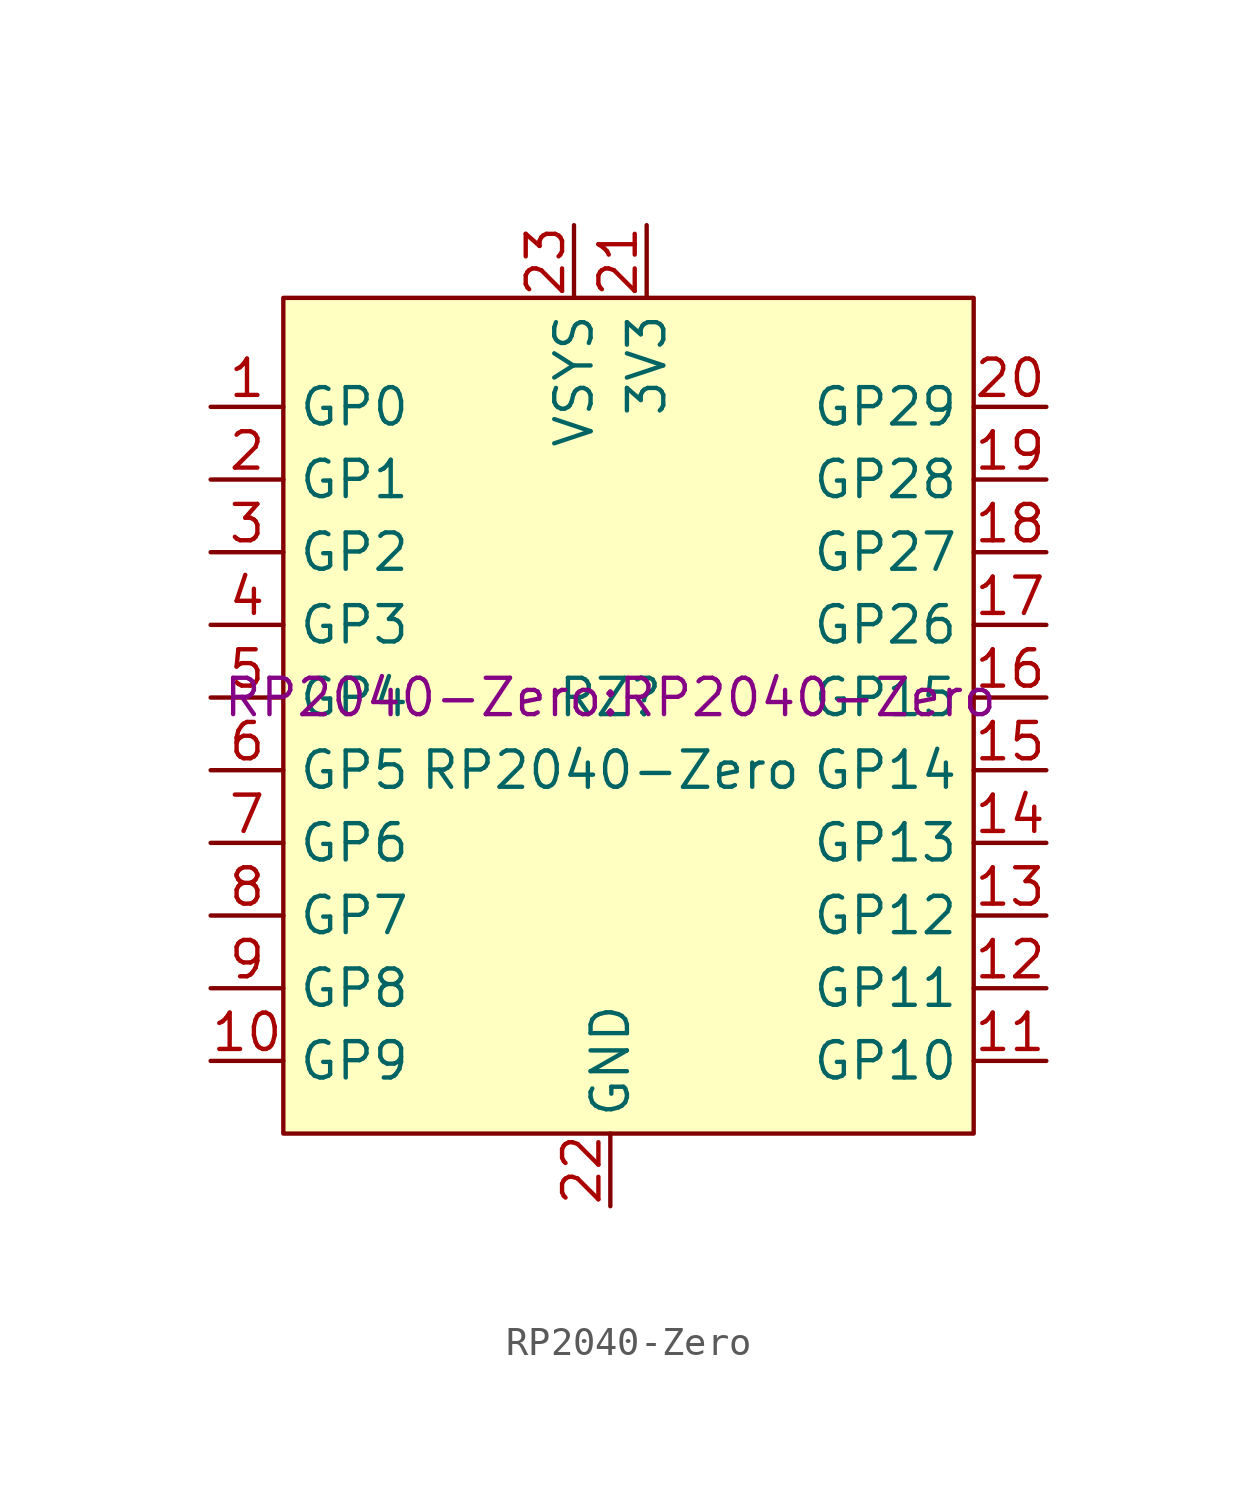
<source format=kicad_sym>
(kicad_symbol_lib
  (version 20220914)
  (generator kicad_symbol_editor)
  (symbol "RP2040-Zero"
    (property "Reference" "RZ"
      (at 0 0 0)
      (effects (font (size 1.27 1.27))))
    (property "Value" "RP2040-Zero"
      (at 0 -2.54 0)
      (effects (font (size 1.27 1.27))))
    (property "Footprint" "RP2040-Zero:RP2040-Zero"
      (at 0 0 0)
      (effects (font (size 1.27 1.27))))
    (symbol "RP2040-Zero_0_1"
      (rectangle (start -11.43 13.97) (end 12.7 -15.24) (stroke (width 0) (type default)) (fill (type background))))
    (symbol "RP2040-Zero_1_1"
      (pin bidirectional line (at -13.97 10.16 0) (length 2.54) (name "GP0" (effects (font (size 1.27 1.27)))) (number "1" (effects (font (size 1.27 1.27)))))
      (pin bidirectional line (at -13.97 -12.7 0) (length 2.54) (name "GP9" (effects (font (size 1.27 1.27)))) (number "10" (effects (font (size 1.27 1.27)))))
      (pin bidirectional line (at 15.24 -12.7 180) (length 2.54) (name "GP10" (effects (font (size 1.27 1.27)))) (number "11" (effects (font (size 1.27 1.27)))))
      (pin bidirectional line (at 15.24 -10.16 180) (length 2.54) (name "GP11" (effects (font (size 1.27 1.27)))) (number "12" (effects (font (size 1.27 1.27)))))
      (pin bidirectional line (at 15.24 -7.62 180) (length 2.54) (name "GP12" (effects (font (size 1.27 1.27)))) (number "13" (effects (font (size 1.27 1.27)))))
      (pin bidirectional line (at 15.24 -5.08 180) (length 2.54) (name "GP13" (effects (font (size 1.27 1.27)))) (number "14" (effects (font (size 1.27 1.27)))))
      (pin bidirectional line (at 15.24 -2.54 180) (length 2.54) (name "GP14" (effects (font (size 1.27 1.27)))) (number "15" (effects (font (size 1.27 1.27)))))
      (pin bidirectional line (at 15.24 0 180) (length 2.54) (name "GP15" (effects (font (size 1.27 1.27)))) (number "16" (effects (font (size 1.27 1.27)))))
      (pin bidirectional line (at 15.24 2.54 180) (length 2.54) (name "GP26" (effects (font (size 1.27 1.27)))) (number "17" (effects (font (size 1.27 1.27)))))
      (pin bidirectional line (at 15.24 5.08 180) (length 2.54) (name "GP27" (effects (font (size 1.27 1.27)))) (number "18" (effects (font (size 1.27 1.27)))))
      (pin bidirectional line (at 15.24 7.62 180) (length 2.54) (name "GP28" (effects (font (size 1.27 1.27)))) (number "19" (effects (font (size 1.27 1.27)))))
      (pin bidirectional line (at -13.97 7.62 0) (length 2.54) (name "GP1" (effects (font (size 1.27 1.27)))) (number "2" (effects (font (size 1.27 1.27)))))
      (pin bidirectional line (at 15.24 10.16 180) (length 2.54) (name "GP29" (effects (font (size 1.27 1.27)))) (number "20" (effects (font (size 1.27 1.27)))))
      (pin power_in line (at 1.27 16.51 270) (length 2.54) (name "3V3" (effects (font (size 1.27 1.27)))) (number "21" (effects (font (size 1.27 1.27)))))
      (pin power_in line (at 0 -17.78 90) (length 2.54) (name "GND" (effects (font (size 1.27 1.27)))) (number "22" (effects (font (size 1.27 1.27)))))
      (pin power_in line (at -1.27 16.51 270) (length 2.54) (name "VSYS" (effects (font (size 1.27 1.27)))) (number "23" (effects (font (size 1.27 1.27)))))
      (pin bidirectional line (at -13.97 5.08 0) (length 2.54) (name "GP2" (effects (font (size 1.27 1.27)))) (number "3" (effects (font (size 1.27 1.27)))))
      (pin bidirectional line (at -13.97 2.54 0) (length 2.54) (name "GP3" (effects (font (size 1.27 1.27)))) (number "4" (effects (font (size 1.27 1.27)))))
      (pin bidirectional line (at -13.97 0 0) (length 2.54) (name "GP4" (effects (font (size 1.27 1.27)))) (number "5" (effects (font (size 1.27 1.27)))))
      (pin bidirectional line (at -13.97 -2.54 0) (length 2.54) (name "GP5" (effects (font (size 1.27 1.27)))) (number "6" (effects (font (size 1.27 1.27)))))
      (pin bidirectional line (at -13.97 -5.08 0) (length 2.54) (name "GP6" (effects (font (size 1.27 1.27)))) (number "7" (effects (font (size 1.27 1.27)))))
      (pin bidirectional line (at -13.97 -7.62 0) (length 2.54) (name "GP7" (effects (font (size 1.27 1.27)))) (number "8" (effects (font (size 1.27 1.27)))))
      (pin bidirectional line (at -13.97 -10.16 0) (length 2.54) (name "GP8" (effects (font (size 1.27 1.27)))) (number "9" (effects (font (size 1.27 1.27))))))))
</source>
